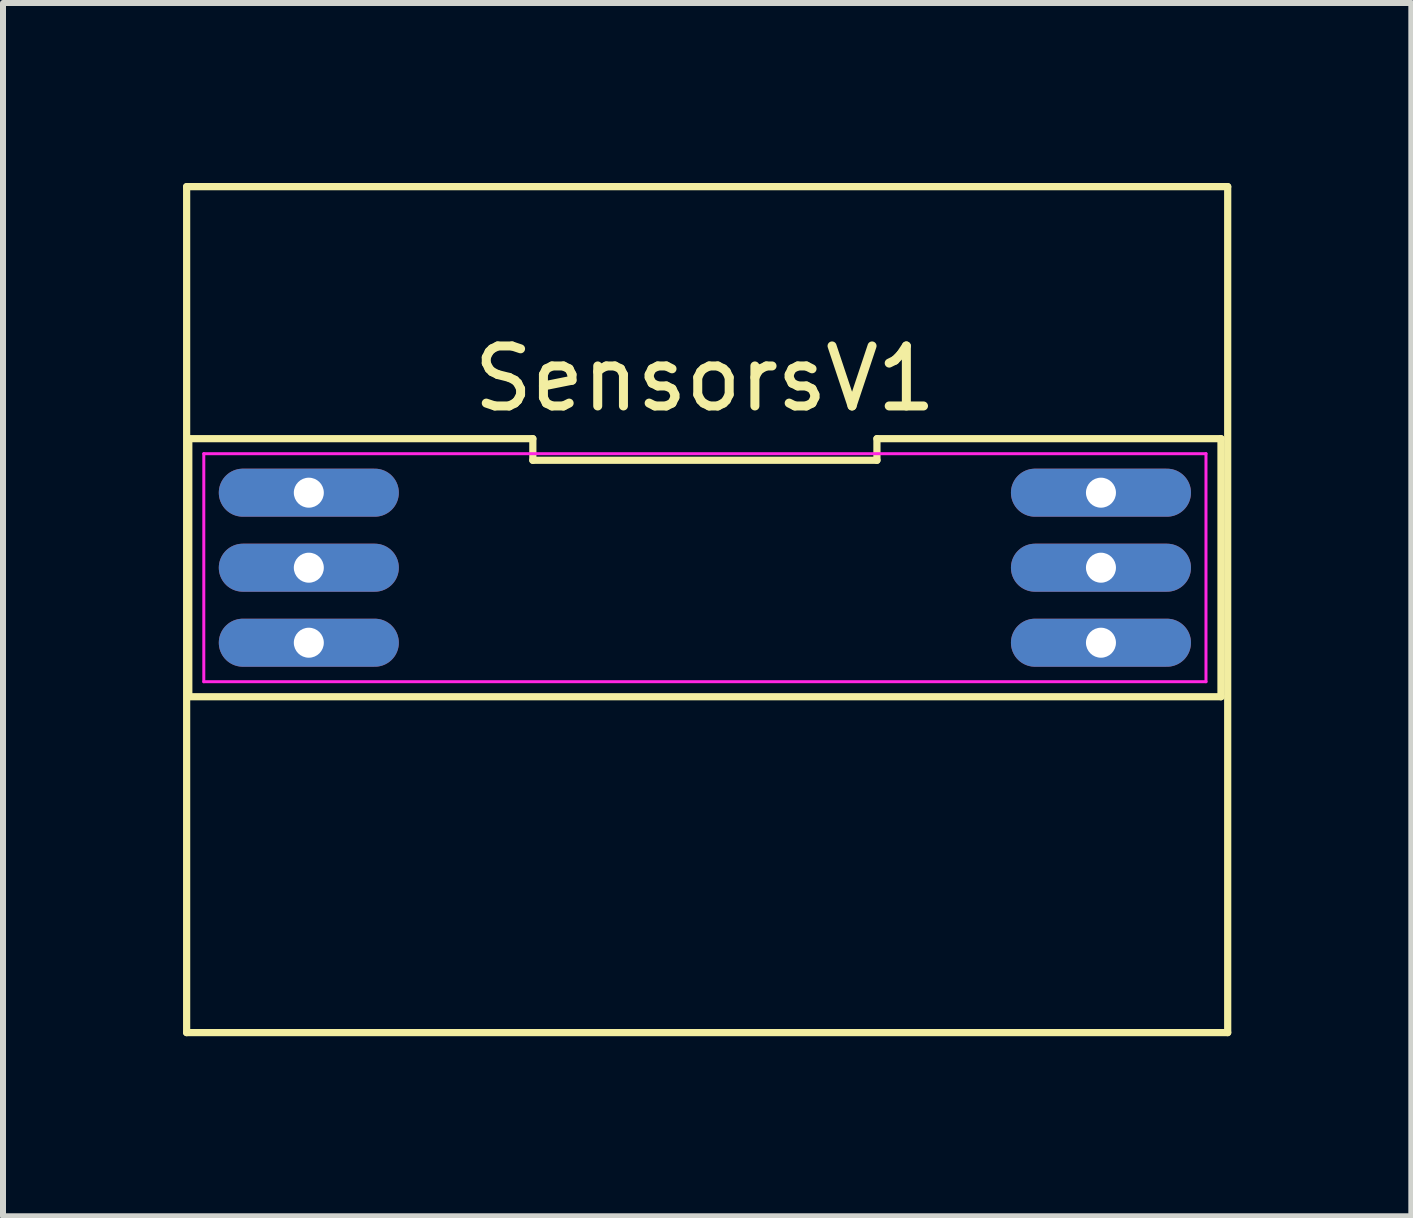
<source format=kicad_pcb>
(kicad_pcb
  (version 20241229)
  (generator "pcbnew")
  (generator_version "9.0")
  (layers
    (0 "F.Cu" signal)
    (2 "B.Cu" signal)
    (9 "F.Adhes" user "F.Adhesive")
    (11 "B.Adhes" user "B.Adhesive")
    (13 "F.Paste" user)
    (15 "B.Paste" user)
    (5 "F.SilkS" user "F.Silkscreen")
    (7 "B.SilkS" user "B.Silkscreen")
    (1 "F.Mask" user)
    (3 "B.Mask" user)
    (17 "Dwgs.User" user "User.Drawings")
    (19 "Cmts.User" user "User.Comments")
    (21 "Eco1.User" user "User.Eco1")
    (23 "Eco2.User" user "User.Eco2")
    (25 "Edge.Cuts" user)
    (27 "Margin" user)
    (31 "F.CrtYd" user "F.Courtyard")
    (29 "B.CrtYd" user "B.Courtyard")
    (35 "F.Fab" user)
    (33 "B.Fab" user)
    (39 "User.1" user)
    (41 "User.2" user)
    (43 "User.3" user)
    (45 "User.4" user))
  (footprint "SensorsV1"
    (layer "F.Cu")
    (at 8.696 6.41)
    (property "Reference" "SensorsV1" (at 0 -3.15 0) (layer "F.SilkS") (effects (font (size 1 1) (thickness 0.15))))
    (attr through_hole)
    (fp_line (start -8.636 -6.35) (end -8.636 7.747) (stroke (width 0.12) (type solid)) (layer "F.SilkS"))
    (fp_line (start -8.636 -6.35) (end 8.712 -6.35) (stroke (width 0.12) (type solid)) (layer "F.SilkS"))
    (fp_line (start -8.636 7.747) (end 8.712 7.747) (stroke (width 0.12) (type solid)) (layer "F.SilkS"))
    (fp_line (start -8.6 -2.15) (end -8.6 2.15) (stroke (width 0.12) (type solid)) (layer "F.SilkS"))
    (fp_line (start -8.6 2.15) (end 8.6 2.15) (stroke (width 0.12) (type solid)) (layer "F.SilkS"))
    (fp_line (start -2.867 -2.15) (end -8.6 -2.15) (stroke (width 0.12) (type solid)) (layer "F.SilkS"))
    (fp_line (start -2.867 -1.79) (end -2.867 -2.15) (stroke (width 0.12) (type solid)) (layer "F.SilkS"))
    (fp_line (start 2.867 -2.15) (end 2.867 -1.79) (stroke (width 0.12) (type solid)) (layer "F.SilkS"))
    (fp_line (start 2.867 -1.79) (end -2.867 -1.79) (stroke (width 0.12) (type solid)) (layer "F.SilkS"))
    (fp_line (start 8.6 -2.15) (end 2.867 -2.15) (stroke (width 0.12) (type solid)) (layer "F.SilkS"))
    (fp_line (start 8.6 2.15) (end 8.6 -2.15) (stroke (width 0.12) (type solid)) (layer "F.SilkS"))
    (fp_line (start 8.712 -6.35) (end 8.712 7.747) (stroke (width 0.12) (type solid)) (layer "F.SilkS"))
    (fp_line (start -8.35 -1.9) (end 8.35 -1.9) (stroke (width 0.05) (type solid)) (layer "F.CrtYd"))
    (fp_line (start -8.35 1.9) (end -8.35 -1.9) (stroke (width 0.05) (type solid)) (layer "F.CrtYd"))
    (fp_line (start 8.35 -1.9) (end 8.35 1.9) (stroke (width 0.05) (type solid)) (layer "F.CrtYd"))
    (fp_line (start 8.35 1.9) (end -8.35 1.9) (stroke (width 0.05) (type solid)) (layer "F.CrtYd"))
    (pad "1" thru_hole oval (at -6.6 -1.25 270) (size 0.8 3) (drill 0.5) (layers "*.Cu" "*.Mask"))
    (pad "2" thru_hole oval (at -6.6 0 270) (size 0.8 3) (drill 0.5) (layers "*.Cu" "*.Mask"))
    (pad "3" thru_hole oval (at -6.6 1.25 270) (size 0.8 3) (drill 0.5) (layers "*.Cu" "*.Mask"))
    (pad "4" thru_hole oval (at 6.6 1.25 270) (size 0.8 3) (drill 0.5) (layers "*.Cu" "*.Mask"))
    (pad "5" thru_hole oval (at 6.6 0 270) (size 0.8 3) (drill 0.5) (layers "*.Cu" "*.Mask"))
    (pad "6" thru_hole oval (at 6.6 -1.25 270) (size 0.8 3) (drill 0.5) (layers "*.Cu" "*.Mask")))
  (gr_rect
    (start -3 -3)
    (end 20.468 17.217)
    (stroke (width 0.1) (type default))
    (fill no)
    (layer "Edge.Cuts")))
</source>
